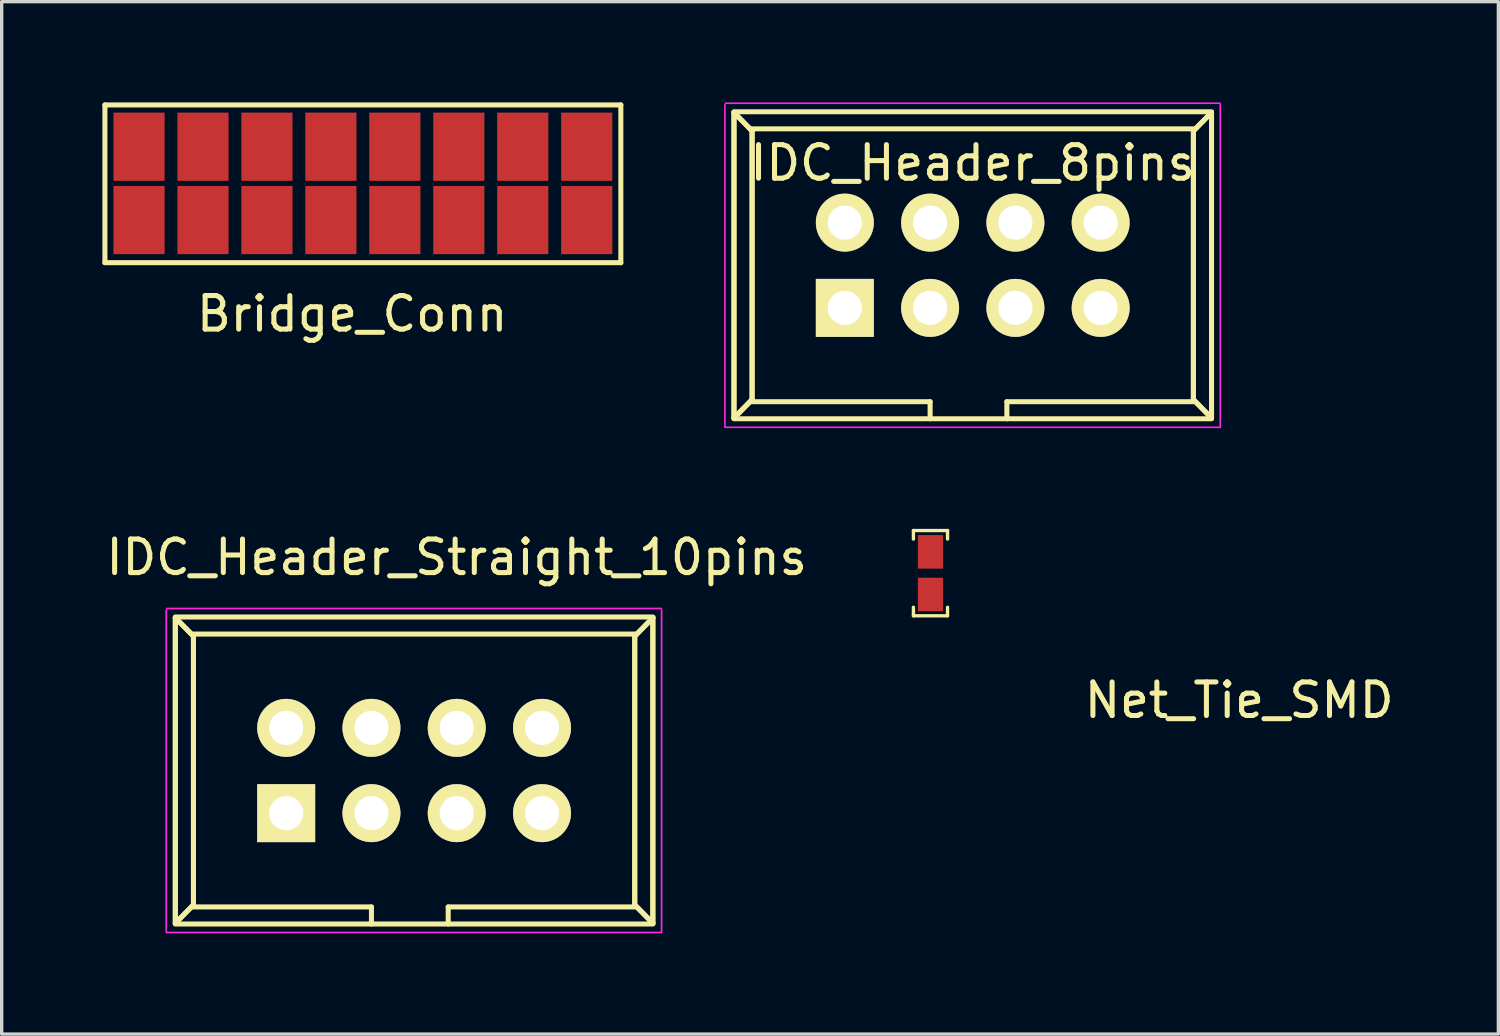
<source format=kicad_pcb>
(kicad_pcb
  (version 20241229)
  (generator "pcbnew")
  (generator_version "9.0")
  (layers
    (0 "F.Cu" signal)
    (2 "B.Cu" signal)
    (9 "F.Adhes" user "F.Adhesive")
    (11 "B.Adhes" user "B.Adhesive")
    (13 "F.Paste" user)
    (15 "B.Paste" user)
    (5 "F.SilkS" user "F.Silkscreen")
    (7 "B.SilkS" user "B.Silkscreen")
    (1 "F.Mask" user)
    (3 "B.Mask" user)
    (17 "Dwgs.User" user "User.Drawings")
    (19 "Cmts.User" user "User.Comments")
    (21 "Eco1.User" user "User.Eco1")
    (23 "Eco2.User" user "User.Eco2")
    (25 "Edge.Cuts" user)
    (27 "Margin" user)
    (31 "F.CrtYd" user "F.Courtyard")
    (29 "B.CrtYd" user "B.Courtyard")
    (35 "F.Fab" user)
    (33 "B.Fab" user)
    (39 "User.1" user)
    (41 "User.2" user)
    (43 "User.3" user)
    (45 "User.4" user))
  (footprint "Bridge_Conn"
    (layer "F.Cu")
    (at 7.441 2.234)
    (property "Reference" "Bridge_Conn" (at 0 4.064 0) (layer "F.SilkS") (effects (font (size 1 1) (thickness 0.15))))
    (attr through_hole)
    (fp_line (start -7.366 2.54) (end -7.366 -2.159) (stroke (width 0.15) (type solid)) (layer "F.SilkS"))
    (fp_line (start -7.366 2.54) (end 8.001 2.54) (stroke (width 0.15) (type solid)) (layer "F.SilkS"))
    (fp_line (start 8.001 -2.159) (end -7.366 -2.159) (stroke (width 0.15) (type solid)) (layer "F.SilkS"))
    (fp_line (start 8.001 2.54) (end 8.001 -2.159) (stroke (width 0.15) (type solid)) (layer "F.SilkS"))
    (pad "1" smd rect (at -6.35 1.27) (size 1.524 2.032) (layers "F.Cu" "F.Mask" "F.Paste"))
    (pad "2" smd rect (at -4.445 1.27) (size 1.524 2.032) (layers "F.Cu" "F.Mask" "F.Paste"))
    (pad "3" smd rect (at -2.54 1.27) (size 1.524 2.032) (layers "F.Cu" "F.Mask" "F.Paste"))
    (pad "4" smd rect (at -0.635 1.27) (size 1.524 2.032) (layers "F.Cu" "F.Mask" "F.Paste"))
    (pad "5" smd rect (at 1.27 1.27) (size 1.524 2.032) (layers "F.Cu" "F.Mask" "F.Paste"))
    (pad "6" smd rect (at 3.175 1.27) (size 1.524 2.032) (layers "F.Cu" "F.Mask" "F.Paste"))
    (pad "7" smd rect (at 5.08 1.27) (size 1.524 2.032) (layers "F.Cu" "F.Mask" "F.Paste"))
    (pad "8" smd rect (at 6.985 1.27) (size 1.524 2.032) (layers "F.Cu" "F.Mask" "F.Paste"))
    (pad "9" smd rect (at -6.35 -0.914) (size 1.524 2.032) (layers "F.Cu" "F.Mask" "F.Paste"))
    (pad "10" smd rect (at -4.445 -0.914) (size 1.524 2.032) (layers "F.Cu" "F.Mask" "F.Paste"))
    (pad "11" smd rect (at -2.54 -0.914) (size 1.524 2.032) (layers "F.Cu" "F.Mask" "F.Paste"))
    (pad "12" smd rect (at -0.635 -0.914) (size 1.524 2.032) (layers "F.Cu" "F.Mask" "F.Paste"))
    (pad "13" smd rect (at 1.27 -0.914) (size 1.524 2.032) (layers "F.Cu" "F.Mask" "F.Paste"))
    (pad "14" smd rect (at 3.175 -0.914) (size 1.524 2.032) (layers "F.Cu" "F.Mask" "F.Paste"))
    (pad "15" smd rect (at 5.08 -0.914) (size 1.524 2.032) (layers "F.Cu" "F.Mask" "F.Paste"))
    (pad "16" smd rect (at 6.985 -0.914) (size 1.524 2.032) (layers "F.Cu" "F.Mask" "F.Paste")))
  (footprint "IDC_Header_Straight_10pins"
    (layer "F.Cu")
    (at 5.474 21.17)
    (property "Reference" "IDC_Header_Straight_10pins" (at 5.08 -7.62 0) (layer "F.SilkS") (effects (font (size 1 1) (thickness 0.15))))
    (attr through_hole)
    (fp_line (start -3.302 -5.82) (end -3.302 3.28) (stroke (width 0.15) (type solid)) (layer "F.SilkS"))
    (fp_line (start -3.302 -5.82) (end -3.302 3.28) (stroke (width 0.15) (type solid)) (layer "F.SilkS"))
    (fp_line (start -3.302 -5.82) (end -2.762 -5.27) (stroke (width 0.15) (type solid)) (layer "F.SilkS"))
    (fp_line (start -3.302 -5.82) (end -2.762 -5.27) (stroke (width 0.15) (type solid)) (layer "F.SilkS"))
    (fp_line (start -3.302 3.28) (end -2.762 2.73) (stroke (width 0.15) (type solid)) (layer "F.SilkS"))
    (fp_line (start -3.302 3.28) (end -2.762 2.73) (stroke (width 0.15) (type solid)) (layer "F.SilkS"))
    (fp_line (start -3.302 3.302) (end 10.922 3.302) (stroke (width 0.15) (type solid)) (layer "F.SilkS"))
    (fp_line (start -2.794 -5.334) (end 10.414 -5.334) (stroke (width 0.15) (type solid)) (layer "F.SilkS"))
    (fp_line (start -2.794 2.794) (end 2.54 2.794) (stroke (width 0.15) (type solid)) (layer "F.SilkS"))
    (fp_line (start -2.762 -5.27) (end -2.762 2.73) (stroke (width 0.15) (type solid)) (layer "F.SilkS"))
    (fp_line (start -2.762 -5.27) (end -2.762 2.73) (stroke (width 0.15) (type solid)) (layer "F.SilkS"))
    (fp_line (start 2.54 2.794) (end 2.54 3.302) (stroke (width 0.15) (type solid)) (layer "F.SilkS"))
    (fp_line (start 4.826 2.794) (end 4.826 3.302) (stroke (width 0.15) (type solid)) (layer "F.SilkS"))
    (fp_line (start 10.382 -5.27) (end 10.382 2.73) (stroke (width 0.15) (type solid)) (layer "F.SilkS"))
    (fp_line (start 10.382 -5.27) (end 10.382 2.73) (stroke (width 0.15) (type solid)) (layer "F.SilkS"))
    (fp_line (start 10.414 2.794) (end 4.826 2.794) (stroke (width 0.15) (type solid)) (layer "F.SilkS"))
    (fp_line (start 10.922 -5.842) (end -3.302 -5.842) (stroke (width 0.15) (type solid)) (layer "F.SilkS"))
    (fp_line (start 10.922 -5.82) (end 10.382 -5.27) (stroke (width 0.15) (type solid)) (layer "F.SilkS"))
    (fp_line (start 10.922 -5.82) (end 10.382 -5.27) (stroke (width 0.15) (type solid)) (layer "F.SilkS"))
    (fp_line (start 10.922 -5.82) (end 10.922 3.28) (stroke (width 0.15) (type solid)) (layer "F.SilkS"))
    (fp_line (start 10.922 -5.82) (end 10.922 3.28) (stroke (width 0.15) (type solid)) (layer "F.SilkS"))
    (fp_line (start 10.922 3.28) (end 10.382 2.73) (stroke (width 0.15) (type solid)) (layer "F.SilkS"))
    (fp_line (start 10.922 3.28) (end 10.382 2.73) (stroke (width 0.15) (type solid)) (layer "F.SilkS"))
    (fp_line (start -3.572 3.55) (end -3.572 -6.05) (stroke (width 0.05) (type solid)) (layer "F.CrtYd"))
    (fp_line (start -3.556 -6.096) (end 11.176 -6.096) (stroke (width 0.05) (type solid)) (layer "F.CrtYd"))
    (fp_line (start 11.176 3.556) (end -3.556 3.556) (stroke (width 0.05) (type solid)) (layer "F.CrtYd"))
    (fp_line (start 11.182 -6.05) (end 11.182 3.55) (stroke (width 0.05) (type solid)) (layer "F.CrtYd"))
    (pad "1" thru_hole rect (at 0 0) (size 1.727 1.727) (drill 1.016) (layers "*.Cu" "*.Mask" "F.SilkS"))
    (pad "2" thru_hole oval (at 0 -2.54) (size 1.727 1.727) (drill 1.016) (layers "*.Cu" "*.Mask" "F.SilkS"))
    (pad "3" thru_hole oval (at 2.54 0) (size 1.727 1.727) (drill 1.016) (layers "*.Cu" "*.Mask" "F.SilkS"))
    (pad "4" thru_hole oval (at 2.54 -2.54) (size 1.727 1.727) (drill 1.016) (layers "*.Cu" "*.Mask" "F.SilkS"))
    (pad "5" thru_hole oval (at 5.08 0) (size 1.727 1.727) (drill 1.016) (layers "*.Cu" "*.Mask" "F.SilkS"))
    (pad "6" thru_hole oval (at 5.08 -2.54) (size 1.727 1.727) (drill 1.016) (layers "*.Cu" "*.Mask" "F.SilkS"))
    (pad "7" thru_hole oval (at 7.62 0) (size 1.727 1.727) (drill 1.016) (layers "*.Cu" "*.Mask" "F.SilkS"))
    (pad "8" thru_hole oval (at 7.62 -2.54) (size 1.727 1.727) (drill 1.016) (layers "*.Cu" "*.Mask" "F.SilkS")))
  (footprint "Net_Tie_SMD"
    (layer "F.Cu")
    (at 24.665 14.022)
    (property "Reference" "Net_Tie_SMD" (at 9.195 3.785 0) (layer "F.SilkS") (effects (font (size 1 1) (thickness 0.15))))
    (attr through_hole)
    (fp_line (start -0.292 -0.368) (end -0.279 -0.33) (stroke (width 0.05) (type solid)) (layer "F.Mask"))
    (fp_line (start -0.292 -0.368) (end -0.254 -0.33) (stroke (width 0.05) (type solid)) (layer "F.Mask"))
    (fp_line (start -0.292 -0.165) (end 0.267 -0.152) (stroke (width 0.05) (type solid)) (layer "F.Mask"))
    (fp_line (start -0.292 -0.152) (end -0.292 -0.368) (stroke (width 0.05) (type solid)) (layer "F.Mask"))
    (fp_line (start -0.279 0.152) (end -0.267 0.191) (stroke (width 0.05) (type solid)) (layer "F.Mask"))
    (fp_line (start -0.279 0.152) (end -0.241 0.191) (stroke (width 0.05) (type solid)) (layer "F.Mask"))
    (fp_line (start -0.279 0.356) (end 0.279 0.368) (stroke (width 0.05) (type solid)) (layer "F.Mask"))
    (fp_line (start -0.279 0.368) (end -0.279 0.152) (stroke (width 0.05) (type solid)) (layer "F.Mask"))
    (fp_line (start -0.254 -0.33) (end -0.254 -0.203) (stroke (width 0.05) (type solid)) (layer "F.Mask"))
    (fp_line (start -0.254 -0.203) (end 0.229 -0.203) (stroke (width 0.05) (type solid)) (layer "F.Mask"))
    (fp_line (start -0.241 0.191) (end -0.241 0.318) (stroke (width 0.05) (type solid)) (layer "F.Mask"))
    (fp_line (start -0.241 0.318) (end 0.241 0.318) (stroke (width 0.05) (type solid)) (layer "F.Mask"))
    (fp_line (start -0.229 -0.33) (end -0.203 -0.33) (stroke (width 0.05) (type solid)) (layer "F.Mask"))
    (fp_line (start -0.229 -0.318) (end -0.229 -0.33) (stroke (width 0.05) (type solid)) (layer "F.Mask"))
    (fp_line (start -0.229 -0.254) (end -0.203 -0.229) (stroke (width 0.05) (type solid)) (layer "F.Mask"))
    (fp_line (start -0.216 0.191) (end -0.191 0.191) (stroke (width 0.05) (type solid)) (layer "F.Mask"))
    (fp_line (start -0.216 0.203) (end -0.216 0.191) (stroke (width 0.05) (type solid)) (layer "F.Mask"))
    (fp_line (start -0.216 0.267) (end -0.191 0.292) (stroke (width 0.05) (type solid)) (layer "F.Mask"))
    (fp_line (start -0.203 -0.33) (end -0.229 -0.254) (stroke (width 0.05) (type solid)) (layer "F.Mask"))
    (fp_line (start -0.203 -0.267) (end -0.191 -0.279) (stroke (width 0.05) (type solid)) (layer "F.Mask"))
    (fp_line (start -0.203 -0.229) (end 0.216 -0.241) (stroke (width 0.05) (type solid)) (layer "F.Mask"))
    (fp_line (start -0.191 -0.279) (end 0.178 -0.292) (stroke (width 0.05) (type solid)) (layer "F.Mask"))
    (fp_line (start -0.191 0.191) (end -0.216 0.267) (stroke (width 0.05) (type solid)) (layer "F.Mask"))
    (fp_line (start -0.191 0.254) (end -0.178 0.241) (stroke (width 0.05) (type solid)) (layer "F.Mask"))
    (fp_line (start -0.191 0.292) (end 0.229 0.279) (stroke (width 0.05) (type solid)) (layer "F.Mask"))
    (fp_line (start -0.178 0.241) (end 0.191 0.229) (stroke (width 0.05) (type solid)) (layer "F.Mask"))
    (fp_line (start 0.127 -0.267) (end -0.203 -0.267) (stroke (width 0.05) (type solid)) (layer "F.Mask"))
    (fp_line (start 0.14 0.254) (end -0.191 0.254) (stroke (width 0.05) (type solid)) (layer "F.Mask"))
    (fp_line (start 0.191 -0.292) (end 0.127 -0.267) (stroke (width 0.05) (type solid)) (layer "F.Mask"))
    (fp_line (start 0.203 0.229) (end 0.14 0.254) (stroke (width 0.05) (type solid)) (layer "F.Mask"))
    (fp_line (start 0.216 -0.241) (end 0.191 -0.292) (stroke (width 0.05) (type solid)) (layer "F.Mask"))
    (fp_line (start 0.229 -0.33) (end -0.229 -0.318) (stroke (width 0.05) (type solid)) (layer "F.Mask"))
    (fp_line (start 0.229 -0.203) (end 0.241 -0.178) (stroke (width 0.05) (type solid)) (layer "F.Mask"))
    (fp_line (start 0.229 0.279) (end 0.203 0.229) (stroke (width 0.05) (type solid)) (layer "F.Mask"))
    (fp_line (start 0.241 -0.178) (end 0.229 -0.33) (stroke (width 0.05) (type solid)) (layer "F.Mask"))
    (fp_line (start 0.241 0.191) (end -0.216 0.203) (stroke (width 0.05) (type solid)) (layer "F.Mask"))
    (fp_line (start 0.241 0.318) (end 0.254 0.343) (stroke (width 0.05) (type solid)) (layer "F.Mask"))
    (fp_line (start 0.254 0.343) (end 0.241 0.191) (stroke (width 0.05) (type solid)) (layer "F.Mask"))
    (fp_line (start 0.267 -0.368) (end -0.292 -0.368) (stroke (width 0.05) (type solid)) (layer "F.Mask"))
    (fp_line (start 0.267 -0.152) (end -0.292 -0.152) (stroke (width 0.05) (type solid)) (layer "F.Mask"))
    (fp_line (start 0.267 -0.152) (end 0.267 -0.368) (stroke (width 0.05) (type solid)) (layer "F.Mask"))
    (fp_line (start 0.279 0.152) (end -0.279 0.152) (stroke (width 0.05) (type solid)) (layer "F.Mask"))
    (fp_line (start 0.279 0.368) (end -0.279 0.368) (stroke (width 0.05) (type solid)) (layer "F.Mask"))
    (fp_line (start 0.279 0.368) (end 0.279 0.152) (stroke (width 0.05) (type solid)) (layer "F.Mask"))
    (fp_line (start -0.508 -1.27) (end 0.508 -1.27) (stroke (width 0.1) (type solid)) (layer "F.SilkS"))
    (fp_line (start -0.508 -1.016) (end -0.508 -1.27) (stroke (width 0.1) (type solid)) (layer "F.SilkS"))
    (fp_line (start -0.508 1.016) (end -0.508 1.27) (stroke (width 0.1) (type solid)) (layer "F.SilkS"))
    (fp_line (start -0.508 1.27) (end 0.508 1.27) (stroke (width 0.1) (type solid)) (layer "F.SilkS"))
    (fp_line (start 0.508 -1.27) (end 0.508 -1.016) (stroke (width 0.1) (type solid)) (layer "F.SilkS"))
    (fp_line (start 0.508 1.27) (end 0.508 1.016) (stroke (width 0.1) (type solid)) (layer "F.SilkS"))
    (pad "1" smd rect (at 0 0.635) (size 0.75 1) (layers "F.Cu"))
    (pad "2" smd rect (at 0 -0.635) (size 0.75 1) (layers "F.Cu")))
  (footprint "IDC_Header_8pins"
    (layer "F.Cu")
    (at 25.924 4.851)
    (property "Reference" "IDC_Header_8pins" (at 0 -3.048 0) (layer "F.SilkS") (effects (font (size 1 1) (thickness 0.15))))
    (attr through_hole)
    (fp_line (start -7.112 -4.55) (end -7.112 4.55) (stroke (width 0.15) (type solid)) (layer "F.SilkS"))
    (fp_line (start -7.112 -4.55) (end -7.112 4.55) (stroke (width 0.15) (type solid)) (layer "F.SilkS"))
    (fp_line (start -7.112 -4.55) (end -6.572 -4) (stroke (width 0.15) (type solid)) (layer "F.SilkS"))
    (fp_line (start -7.112 -4.55) (end -6.572 -4) (stroke (width 0.15) (type solid)) (layer "F.SilkS"))
    (fp_line (start -7.112 4.55) (end -6.572 4) (stroke (width 0.15) (type solid)) (layer "F.SilkS"))
    (fp_line (start -7.112 4.55) (end -6.572 4) (stroke (width 0.15) (type solid)) (layer "F.SilkS"))
    (fp_line (start -7.112 4.572) (end 7.112 4.572) (stroke (width 0.15) (type solid)) (layer "F.SilkS"))
    (fp_line (start -6.604 -4.064) (end 6.604 -4.064) (stroke (width 0.15) (type solid)) (layer "F.SilkS"))
    (fp_line (start -6.604 4.064) (end -1.27 4.064) (stroke (width 0.15) (type solid)) (layer "F.SilkS"))
    (fp_line (start -6.572 -4) (end -6.572 4) (stroke (width 0.15) (type solid)) (layer "F.SilkS"))
    (fp_line (start -6.572 -4) (end -6.572 4) (stroke (width 0.15) (type solid)) (layer "F.SilkS"))
    (fp_line (start -1.27 4.064) (end -1.27 4.572) (stroke (width 0.15) (type solid)) (layer "F.SilkS"))
    (fp_line (start 1.016 4.064) (end 1.016 4.572) (stroke (width 0.15) (type solid)) (layer "F.SilkS"))
    (fp_line (start 6.572 -4) (end 6.572 4) (stroke (width 0.15) (type solid)) (layer "F.SilkS"))
    (fp_line (start 6.572 -4) (end 6.572 4) (stroke (width 0.15) (type solid)) (layer "F.SilkS"))
    (fp_line (start 6.604 4.064) (end 1.016 4.064) (stroke (width 0.15) (type solid)) (layer "F.SilkS"))
    (fp_line (start 7.112 -4.572) (end -7.112 -4.572) (stroke (width 0.15) (type solid)) (layer "F.SilkS"))
    (fp_line (start 7.112 -4.55) (end 6.572 -4) (stroke (width 0.15) (type solid)) (layer "F.SilkS"))
    (fp_line (start 7.112 -4.55) (end 6.572 -4) (stroke (width 0.15) (type solid)) (layer "F.SilkS"))
    (fp_line (start 7.112 -4.55) (end 7.112 4.55) (stroke (width 0.15) (type solid)) (layer "F.SilkS"))
    (fp_line (start 7.112 -4.55) (end 7.112 4.55) (stroke (width 0.15) (type solid)) (layer "F.SilkS"))
    (fp_line (start 7.112 4.55) (end 6.572 4) (stroke (width 0.15) (type solid)) (layer "F.SilkS"))
    (fp_line (start 7.112 4.55) (end 6.572 4) (stroke (width 0.15) (type solid)) (layer "F.SilkS"))
    (fp_line (start -7.382 4.82) (end -7.382 -4.78) (stroke (width 0.05) (type solid)) (layer "F.CrtYd"))
    (fp_line (start -7.366 -4.826) (end 7.366 -4.826) (stroke (width 0.05) (type solid)) (layer "F.CrtYd"))
    (fp_line (start 7.366 4.826) (end -7.366 4.826) (stroke (width 0.05) (type solid)) (layer "F.CrtYd"))
    (fp_line (start 7.372 -4.78) (end 7.372 4.82) (stroke (width 0.05) (type solid)) (layer "F.CrtYd"))
    (pad "1" thru_hole rect (at -3.81 1.27) (size 1.727 1.727) (drill 1.016) (layers "*.Cu" "*.Mask" "F.SilkS"))
    (pad "2" thru_hole oval (at -3.81 -1.27) (size 1.727 1.727) (drill 1.016) (layers "*.Cu" "*.Mask" "F.SilkS"))
    (pad "3" thru_hole oval (at -1.27 1.27) (size 1.727 1.727) (drill 1.016) (layers "*.Cu" "*.Mask" "F.SilkS"))
    (pad "4" thru_hole oval (at -1.27 -1.27) (size 1.727 1.727) (drill 1.016) (layers "*.Cu" "*.Mask" "F.SilkS"))
    (pad "5" thru_hole oval (at 1.27 1.27) (size 1.727 1.727) (drill 1.016) (layers "*.Cu" "*.Mask" "F.SilkS"))
    (pad "6" thru_hole oval (at 1.27 -1.27) (size 1.727 1.727) (drill 1.016) (layers "*.Cu" "*.Mask" "F.SilkS"))
    (pad "7" thru_hole oval (at 3.81 1.27) (size 1.727 1.727) (drill 1.016) (layers "*.Cu" "*.Mask" "F.SilkS"))
    (pad "8" thru_hole oval (at 3.81 -1.27) (size 1.727 1.727) (drill 1.016) (layers "*.Cu" "*.Mask" "F.SilkS")))
  (gr_rect
    (start -3 -3)
    (end 41.58 27.751)
    (stroke (width 0.1) (type default))
    (fill no)
    (layer "Edge.Cuts")))
</source>
